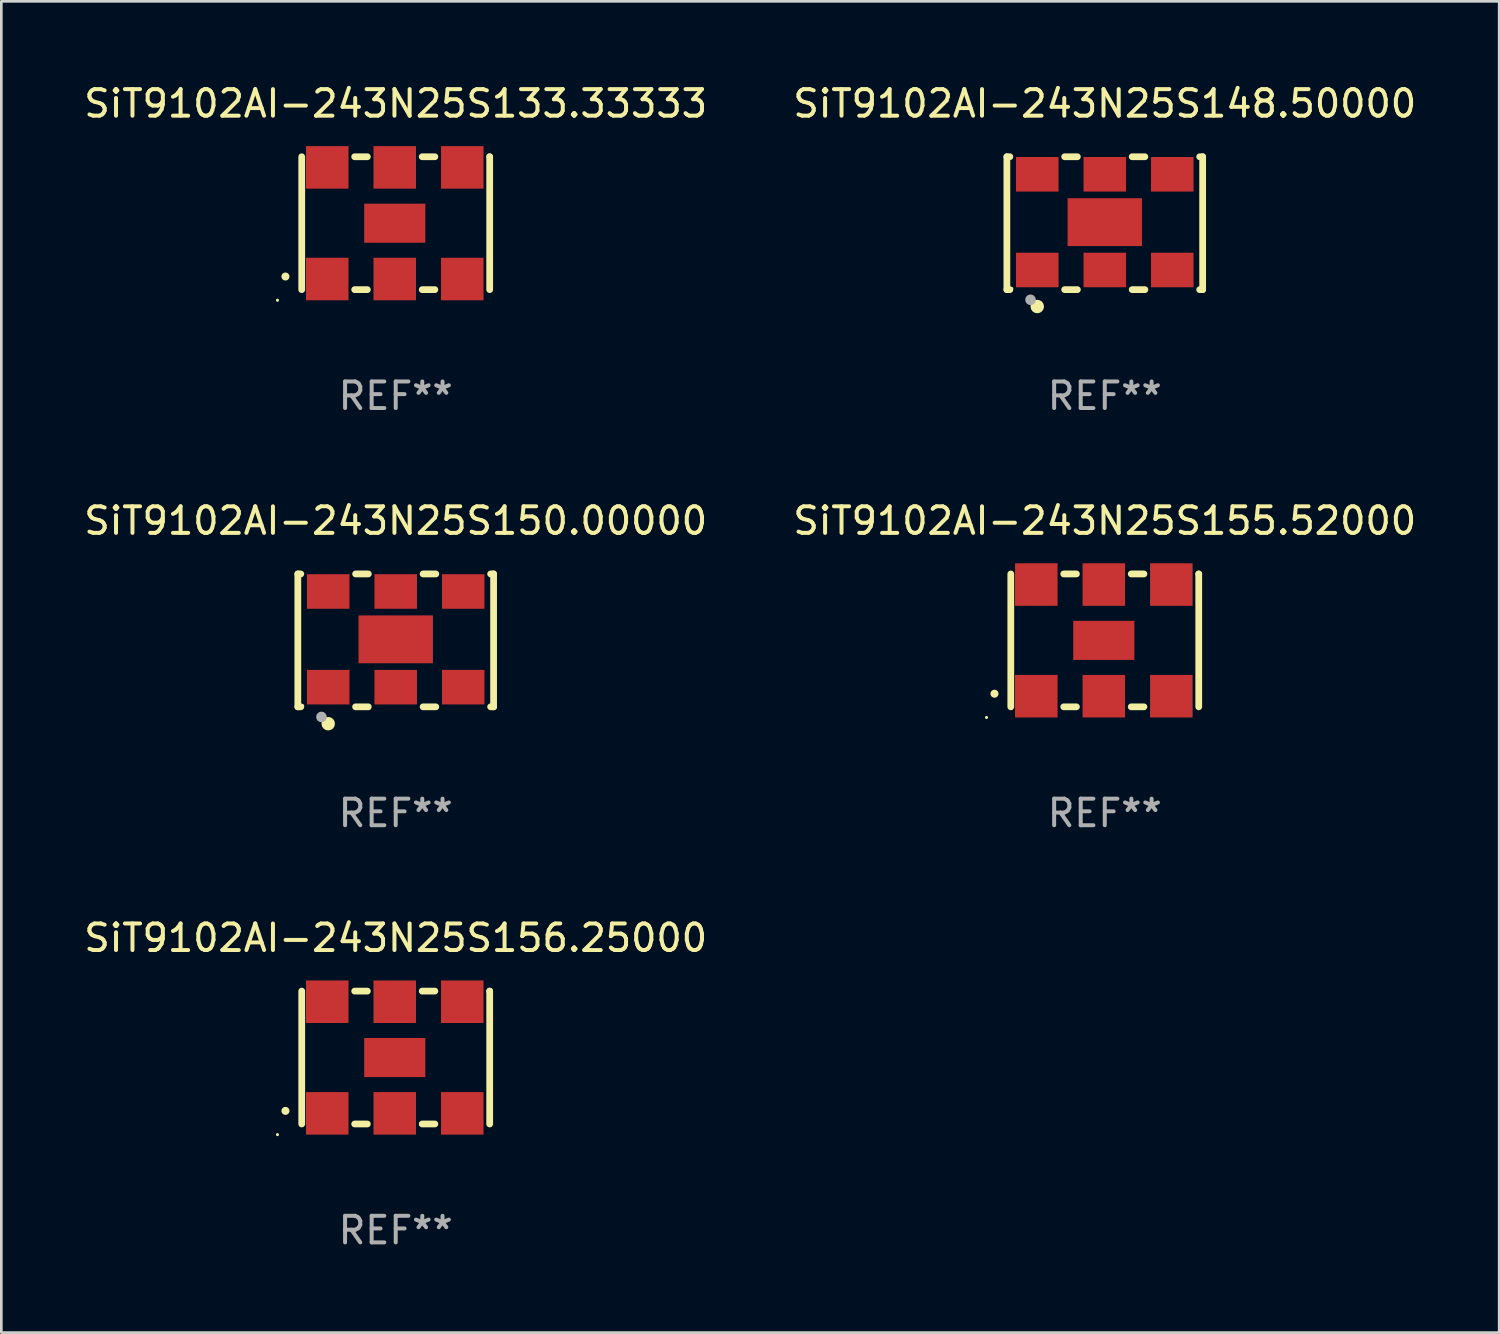
<source format=kicad_pcb>
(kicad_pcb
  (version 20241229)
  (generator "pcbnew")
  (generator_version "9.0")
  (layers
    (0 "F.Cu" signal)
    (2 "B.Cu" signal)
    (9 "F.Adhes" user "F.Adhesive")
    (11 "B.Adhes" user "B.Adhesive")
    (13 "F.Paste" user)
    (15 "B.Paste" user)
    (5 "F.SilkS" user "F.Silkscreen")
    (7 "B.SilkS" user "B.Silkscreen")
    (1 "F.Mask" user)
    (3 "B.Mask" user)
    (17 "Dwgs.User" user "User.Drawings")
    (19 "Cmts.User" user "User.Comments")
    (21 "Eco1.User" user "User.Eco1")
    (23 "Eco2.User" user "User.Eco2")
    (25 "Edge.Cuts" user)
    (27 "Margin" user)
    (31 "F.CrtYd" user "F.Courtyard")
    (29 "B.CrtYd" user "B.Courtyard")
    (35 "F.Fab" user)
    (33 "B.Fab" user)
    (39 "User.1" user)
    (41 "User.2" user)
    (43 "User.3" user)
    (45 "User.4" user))
  (footprint "SiT9102AI-243N25S155.52000"
    (layer "F.Cu")
    (at 38.518 21.045)
    (property "Reference" "SiT9102AI-243N25S155.52000" (at 0 -4.5 0) (layer "F.SilkS") (effects (font (size 1 1) (thickness 0.15))))
    (attr through_hole)
    (fp_line (start -3.536 -2.5) (end -3.536 2.5) (stroke (width 0.254) (type solid)) (layer "F.SilkS"))
    (fp_line (start -1.544 2.5) (end -1.067 2.5) (stroke (width 0.254) (type solid)) (layer "F.SilkS"))
    (fp_line (start -1.067 -2.5) (end -1.544 -2.5) (stroke (width 0.254) (type solid)) (layer "F.SilkS"))
    (fp_line (start 0.996 2.5) (end 1.473 2.5) (stroke (width 0.254) (type solid)) (layer "F.SilkS"))
    (fp_line (start 1.473 -2.5) (end 0.996 -2.5) (stroke (width 0.254) (type solid)) (layer "F.SilkS"))
    (fp_line (start 3.536 -2.5) (end 3.536 -2.5) (stroke (width 0.254) (type solid)) (layer "F.SilkS"))
    (fp_line (start 3.536 2.5) (end 3.536 -2.5) (stroke (width 0.254) (type solid)) (layer "F.SilkS"))
    (fp_arc (start -4.150432 2.006604) (mid -4.149162 2.006599) (end -4.147892 2.006604) (stroke (width 0.3) (type solid)) (layer "F.SilkS"))
    (fp_circle (center -4.449 2.9) (end -4.419 2.9) (stroke (width 0.06) (type solid)) (fill no) (layer "F.SilkS"))
    (fp_text user "REF**" (at 0 6.5 0) (layer "F.Fab") (effects (font (size 1 1) (thickness 0.15))))
    (pad "1" smd rect (at -2.576 2.1) (size 1.6 1.6) (layers "F.Cu" "F.Mask" "F.Paste"))
    (pad "2" smd rect (at -0.036 2.1) (size 1.6 1.6) (layers "F.Cu" "F.Mask" "F.Paste"))
    (pad "3" smd rect (at 2.504 2.1) (size 1.6 1.6) (layers "F.Cu" "F.Mask" "F.Paste"))
    (pad "4" smd rect (at 2.504 -2.1) (size 1.6 1.6) (layers "F.Cu" "F.Mask" "F.Paste"))
    (pad "5" smd rect (at -0.036 -2.1) (size 1.6 1.6) (layers "F.Cu" "F.Mask" "F.Paste"))
    (pad "6" smd rect (at -2.576 -2.1) (size 1.6 1.6) (layers "F.Cu" "F.Mask" "F.Paste"))
    (pad "7" smd rect (at -0.036 0) (size 2.3 1.47) (layers "F.Cu" "F.Mask" "F.Paste")))
  (footprint "SiT9102AI-243N25S148.50000"
    (layer "F.Cu")
    (at 38.518 5.348)
    (property "Reference" "SiT9102AI-243N25S148.50000" (at 0 -4.5 0) (layer "F.SilkS") (effects (font (size 1 1) (thickness 0.15))))
    (attr through_hole)
    (fp_line (start -3.683 -2.5) (end -3.571 -2.5) (stroke (width 0.254) (type solid)) (layer "F.SilkS"))
    (fp_line (start -3.683 2.5) (end -3.683 -2.5) (stroke (width 0.254) (type solid)) (layer "F.SilkS"))
    (fp_line (start -3.683 2.5) (end -3.571 2.5) (stroke (width 0.254) (type solid)) (layer "F.SilkS"))
    (fp_line (start -1.509 -2.5) (end -1.031 -2.5) (stroke (width 0.254) (type solid)) (layer "F.SilkS"))
    (fp_line (start -1.509 2.5) (end -1.031 2.5) (stroke (width 0.254) (type solid)) (layer "F.SilkS"))
    (fp_line (start 1.031 -2.5) (end 1.509 -2.5) (stroke (width 0.254) (type solid)) (layer "F.SilkS"))
    (fp_line (start 1.031 2.5) (end 1.509 2.5) (stroke (width 0.254) (type solid)) (layer "F.SilkS"))
    (fp_line (start 3.571 -2.5) (end 3.683 -2.5) (stroke (width 0.254) (type solid)) (layer "F.SilkS"))
    (fp_line (start 3.571 2.5) (end 3.683 2.5) (stroke (width 0.254) (type solid)) (layer "F.SilkS"))
    (fp_line (start 3.683 2.5) (end 3.683 -2.5) (stroke (width 0.254) (type solid)) (layer "F.SilkS"))
    (fp_circle (center -3.5 2.46) (end -3.47 2.46) (stroke (width 0.06) (type solid)) (fill no) (layer "F.SilkS"))
    (fp_circle (center -2.54 3.135) (end -2.413 3.135) (stroke (width 0.254) (type solid)) (fill no) (layer "F.SilkS"))
    (fp_circle (center -2.794 2.881) (end -2.694 2.881) (stroke (width 0.2) (type solid)) (fill no) (layer "F.Fab"))
    (fp_text user "REF**" (at 0 6.5 0) (layer "F.Fab") (effects (font (size 1 1) (thickness 0.15))))
    (pad "1" smd rect (at -2.54 1.76) (size 1.6 1.3) (layers "F.Cu" "F.Mask" "F.Paste"))
    (pad "2" smd rect (at 0 1.76) (size 1.6 1.3) (layers "F.Cu" "F.Mask" "F.Paste"))
    (pad "3" smd rect (at 2.54 1.76) (size 1.6 1.3) (layers "F.Cu" "F.Mask" "F.Paste"))
    (pad "4" smd rect (at 2.54 -1.84) (size 1.6 1.3) (layers "F.Cu" "F.Mask" "F.Paste"))
    (pad "5" smd rect (at 0 -1.84) (size 1.6 1.3) (layers "F.Cu" "F.Mask" "F.Paste"))
    (pad "6" smd rect (at -2.54 -1.84) (size 1.6 1.3) (layers "F.Cu" "F.Mask" "F.Paste"))
    (pad "7" smd rect (at 0 -0.04) (size 2.8 1.8) (layers "F.Cu" "F.Mask" "F.Paste")))
  (footprint "SiT9102AI-243N25S150.00000"
    (layer "F.Cu")
    (at 11.839 21.045)
    (property "Reference" "SiT9102AI-243N25S150.00000" (at 0 -4.5 0) (layer "F.SilkS") (effects (font (size 1 1) (thickness 0.15))))
    (attr through_hole)
    (fp_line (start -3.683 -2.5) (end -3.571 -2.5) (stroke (width 0.254) (type solid)) (layer "F.SilkS"))
    (fp_line (start -3.683 2.5) (end -3.683 -2.5) (stroke (width 0.254) (type solid)) (layer "F.SilkS"))
    (fp_line (start -3.683 2.5) (end -3.571 2.5) (stroke (width 0.254) (type solid)) (layer "F.SilkS"))
    (fp_line (start -1.509 -2.5) (end -1.031 -2.5) (stroke (width 0.254) (type solid)) (layer "F.SilkS"))
    (fp_line (start -1.509 2.5) (end -1.031 2.5) (stroke (width 0.254) (type solid)) (layer "F.SilkS"))
    (fp_line (start 1.031 -2.5) (end 1.509 -2.5) (stroke (width 0.254) (type solid)) (layer "F.SilkS"))
    (fp_line (start 1.031 2.5) (end 1.509 2.5) (stroke (width 0.254) (type solid)) (layer "F.SilkS"))
    (fp_line (start 3.571 -2.5) (end 3.683 -2.5) (stroke (width 0.254) (type solid)) (layer "F.SilkS"))
    (fp_line (start 3.571 2.5) (end 3.683 2.5) (stroke (width 0.254) (type solid)) (layer "F.SilkS"))
    (fp_line (start 3.683 2.5) (end 3.683 -2.5) (stroke (width 0.254) (type solid)) (layer "F.SilkS"))
    (fp_circle (center -3.5 2.46) (end -3.47 2.46) (stroke (width 0.06) (type solid)) (fill no) (layer "F.SilkS"))
    (fp_circle (center -2.54 3.135) (end -2.413 3.135) (stroke (width 0.254) (type solid)) (fill no) (layer "F.SilkS"))
    (fp_circle (center -2.794 2.881) (end -2.694 2.881) (stroke (width 0.2) (type solid)) (fill no) (layer "F.Fab"))
    (fp_text user "REF**" (at 0 6.5 0) (layer "F.Fab") (effects (font (size 1 1) (thickness 0.15))))
    (pad "1" smd rect (at -2.54 1.76) (size 1.6 1.3) (layers "F.Cu" "F.Mask" "F.Paste"))
    (pad "2" smd rect (at 0 1.76) (size 1.6 1.3) (layers "F.Cu" "F.Mask" "F.Paste"))
    (pad "3" smd rect (at 2.54 1.76) (size 1.6 1.3) (layers "F.Cu" "F.Mask" "F.Paste"))
    (pad "4" smd rect (at 2.54 -1.84) (size 1.6 1.3) (layers "F.Cu" "F.Mask" "F.Paste"))
    (pad "5" smd rect (at 0 -1.84) (size 1.6 1.3) (layers "F.Cu" "F.Mask" "F.Paste"))
    (pad "6" smd rect (at -2.54 -1.84) (size 1.6 1.3) (layers "F.Cu" "F.Mask" "F.Paste"))
    (pad "7" smd rect (at 0 -0.04) (size 2.8 1.8) (layers "F.Cu" "F.Mask" "F.Paste")))
  (footprint "SiT9102AI-243N25S156.25000"
    (layer "F.Cu")
    (at 11.839 36.741)
    (property "Reference" "SiT9102AI-243N25S156.25000" (at 0 -4.5 0) (layer "F.SilkS") (effects (font (size 1 1) (thickness 0.15))))
    (attr through_hole)
    (fp_line (start -3.536 -2.5) (end -3.536 2.5) (stroke (width 0.254) (type solid)) (layer "F.SilkS"))
    (fp_line (start -1.544 2.5) (end -1.067 2.5) (stroke (width 0.254) (type solid)) (layer "F.SilkS"))
    (fp_line (start -1.067 -2.5) (end -1.544 -2.5) (stroke (width 0.254) (type solid)) (layer "F.SilkS"))
    (fp_line (start 0.996 2.5) (end 1.473 2.5) (stroke (width 0.254) (type solid)) (layer "F.SilkS"))
    (fp_line (start 1.473 -2.5) (end 0.996 -2.5) (stroke (width 0.254) (type solid)) (layer "F.SilkS"))
    (fp_line (start 3.536 -2.5) (end 3.536 -2.5) (stroke (width 0.254) (type solid)) (layer "F.SilkS"))
    (fp_line (start 3.536 2.5) (end 3.536 -2.5) (stroke (width 0.254) (type solid)) (layer "F.SilkS"))
    (fp_arc (start -4.150432 2.006604) (mid -4.149162 2.006599) (end -4.147892 2.006604) (stroke (width 0.3) (type solid)) (layer "F.SilkS"))
    (fp_circle (center -4.449 2.9) (end -4.419 2.9) (stroke (width 0.06) (type solid)) (fill no) (layer "F.SilkS"))
    (fp_text user "REF**" (at 0 6.5 0) (layer "F.Fab") (effects (font (size 1 1) (thickness 0.15))))
    (pad "1" smd rect (at -2.576 2.1) (size 1.6 1.6) (layers "F.Cu" "F.Mask" "F.Paste"))
    (pad "2" smd rect (at -0.036 2.1) (size 1.6 1.6) (layers "F.Cu" "F.Mask" "F.Paste"))
    (pad "3" smd rect (at 2.504 2.1) (size 1.6 1.6) (layers "F.Cu" "F.Mask" "F.Paste"))
    (pad "4" smd rect (at 2.504 -2.1) (size 1.6 1.6) (layers "F.Cu" "F.Mask" "F.Paste"))
    (pad "5" smd rect (at -0.036 -2.1) (size 1.6 1.6) (layers "F.Cu" "F.Mask" "F.Paste"))
    (pad "6" smd rect (at -2.576 -2.1) (size 1.6 1.6) (layers "F.Cu" "F.Mask" "F.Paste"))
    (pad "7" smd rect (at -0.036 0) (size 2.3 1.47) (layers "F.Cu" "F.Mask" "F.Paste")))
  (footprint "SiT9102AI-243N25S133.33333"
    (layer "F.Cu")
    (at 11.839 5.348)
    (property "Reference" "SiT9102AI-243N25S133.33333" (at 0 -4.5 0) (layer "F.SilkS") (effects (font (size 1 1) (thickness 0.15))))
    (attr through_hole)
    (fp_line (start -3.536 -2.5) (end -3.536 2.5) (stroke (width 0.254) (type solid)) (layer "F.SilkS"))
    (fp_line (start -1.544 2.5) (end -1.067 2.5) (stroke (width 0.254) (type solid)) (layer "F.SilkS"))
    (fp_line (start -1.067 -2.5) (end -1.544 -2.5) (stroke (width 0.254) (type solid)) (layer "F.SilkS"))
    (fp_line (start 0.996 2.5) (end 1.473 2.5) (stroke (width 0.254) (type solid)) (layer "F.SilkS"))
    (fp_line (start 1.473 -2.5) (end 0.996 -2.5) (stroke (width 0.254) (type solid)) (layer "F.SilkS"))
    (fp_line (start 3.536 -2.5) (end 3.536 -2.5) (stroke (width 0.254) (type solid)) (layer "F.SilkS"))
    (fp_line (start 3.536 2.5) (end 3.536 -2.5) (stroke (width 0.254) (type solid)) (layer "F.SilkS"))
    (fp_arc (start -4.150432 2.006604) (mid -4.149162 2.006599) (end -4.147892 2.006604) (stroke (width 0.3) (type solid)) (layer "F.SilkS"))
    (fp_circle (center -4.449 2.9) (end -4.419 2.9) (stroke (width 0.06) (type solid)) (fill no) (layer "F.SilkS"))
    (fp_text user "REF**" (at 0 6.5 0) (layer "F.Fab") (effects (font (size 1 1) (thickness 0.15))))
    (pad "1" smd rect (at -2.576 2.1) (size 1.6 1.6) (layers "F.Cu" "F.Mask" "F.Paste"))
    (pad "2" smd rect (at -0.036 2.1) (size 1.6 1.6) (layers "F.Cu" "F.Mask" "F.Paste"))
    (pad "3" smd rect (at 2.504 2.1) (size 1.6 1.6) (layers "F.Cu" "F.Mask" "F.Paste"))
    (pad "4" smd rect (at 2.504 -2.1) (size 1.6 1.6) (layers "F.Cu" "F.Mask" "F.Paste"))
    (pad "5" smd rect (at -0.036 -2.1) (size 1.6 1.6) (layers "F.Cu" "F.Mask" "F.Paste"))
    (pad "6" smd rect (at -2.576 -2.1) (size 1.6 1.6) (layers "F.Cu" "F.Mask" "F.Paste"))
    (pad "7" smd rect (at -0.036 0) (size 2.3 1.47) (layers "F.Cu" "F.Mask" "F.Paste")))
  (gr_rect
    (start -3 -3)
    (end 53.357 47.09)
    (stroke (width 0.1) (type default))
    (fill no)
    (layer "Edge.Cuts")))
</source>
